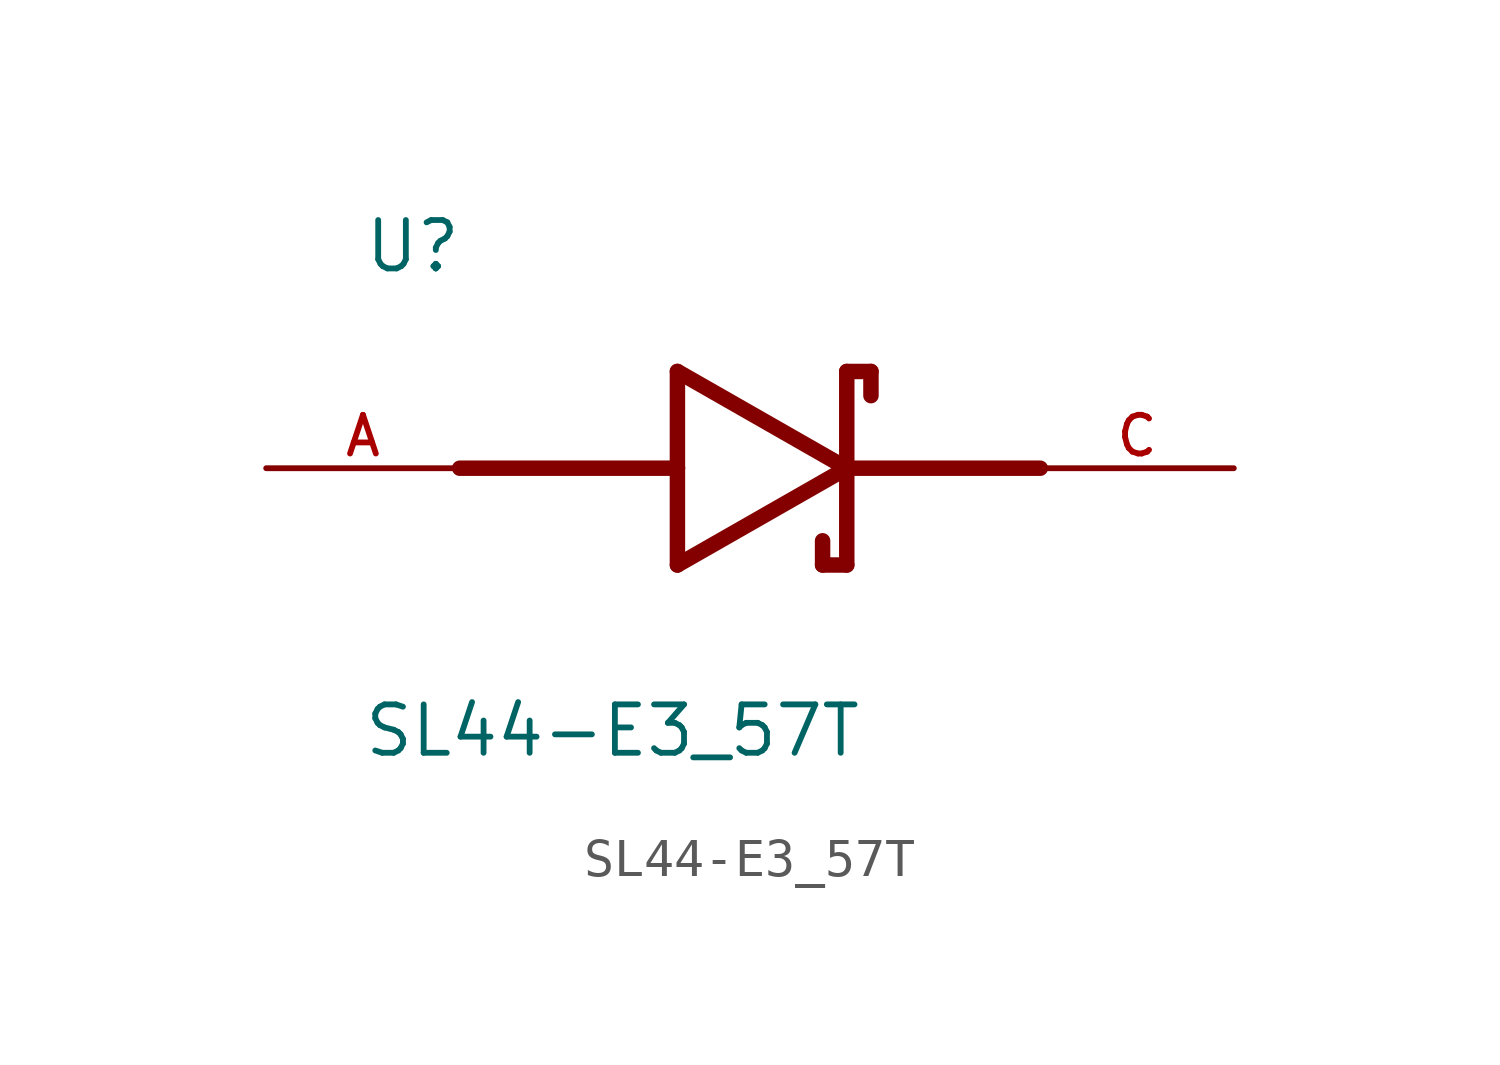
<source format=kicad_sym>
(kicad_symbol_lib
  (version 20220914)
  (generator kicad_symbol_editor)
  (symbol "SL44-E3_57T"
    (pin_names
      (offset 1.016))
    (property "Reference" "U"
      (at -10.162 5.081 0)
      (effects (font (size 1.27 1.27)) (justify left bottom)))
    (property "Value" "SL44-E3_57T"
      (at -10.178 -7.633 0)
      (effects (font (size 1.27 1.27)) (justify left bottom)))
    (symbol "SL44-E3_57T_0_0"
      (polyline (pts (xy -7.62 0) (xy -1.905 0)) (stroke (width 0.406) (type default)) (fill (type none)))
      (polyline (pts (xy -1.905 -2.54) (xy 2.54 0)) (stroke (width 0.406) (type default)) (fill (type none)))
      (polyline (pts (xy -1.905 0) (xy -1.905 -2.54)) (stroke (width 0.406) (type default)) (fill (type none)))
      (polyline (pts (xy -1.905 0) (xy -1.905 2.54)) (stroke (width 0.406) (type default)) (fill (type none)))
      (polyline (pts (xy -1.905 2.54) (xy 2.54 0)) (stroke (width 0.406) (type default)) (fill (type none)))
      (polyline (pts (xy 1.905 -2.54) (xy 1.905 -1.905)) (stroke (width 0.406) (type default)) (fill (type none)))
      (polyline (pts (xy 2.54 -2.54) (xy 1.905 -2.54)) (stroke (width 0.406) (type default)) (fill (type none)))
      (polyline (pts (xy 2.54 0) (xy 2.54 -2.54)) (stroke (width 0.406) (type default)) (fill (type none)))
      (polyline (pts (xy 2.54 0) (xy 2.54 2.54)) (stroke (width 0.406) (type default)) (fill (type none)))
      (polyline (pts (xy 2.54 0) (xy 7.62 0)) (stroke (width 0.406) (type default)) (fill (type none)))
      (polyline (pts (xy 3.175 1.905) (xy 3.175 2.54)) (stroke (width 0.406) (type default)) (fill (type none)))
      (polyline (pts (xy 3.175 2.54) (xy 2.54 2.54)) (stroke (width 0.406) (type default)) (fill (type none)))
      (pin passive line (at -12.7 0 0) (length 5.08) (name "~" (effects (font (size 1.016 1.016)))) (number "A" (effects (font (size 1.016 1.016)))))
      (pin passive line (at 12.7 0 180) (length 5.08) (name "~" (effects (font (size 1.016 1.016)))) (number "C" (effects (font (size 1.016 1.016))))))))
</source>
